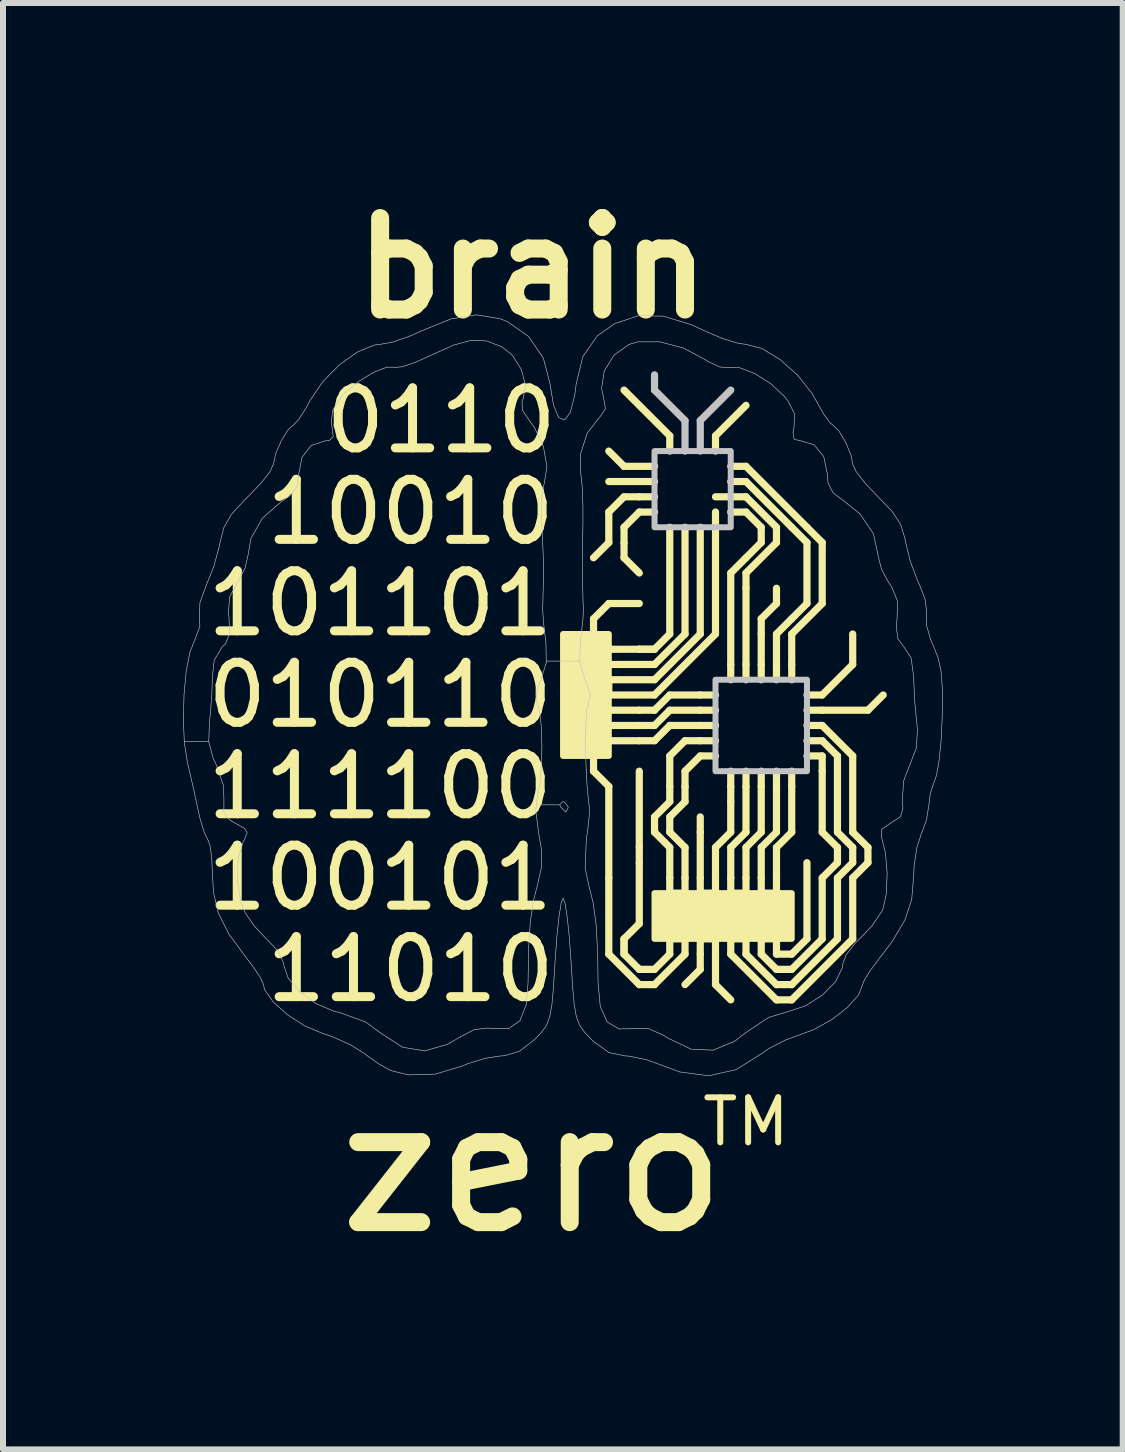
<source format=kicad_pcb>
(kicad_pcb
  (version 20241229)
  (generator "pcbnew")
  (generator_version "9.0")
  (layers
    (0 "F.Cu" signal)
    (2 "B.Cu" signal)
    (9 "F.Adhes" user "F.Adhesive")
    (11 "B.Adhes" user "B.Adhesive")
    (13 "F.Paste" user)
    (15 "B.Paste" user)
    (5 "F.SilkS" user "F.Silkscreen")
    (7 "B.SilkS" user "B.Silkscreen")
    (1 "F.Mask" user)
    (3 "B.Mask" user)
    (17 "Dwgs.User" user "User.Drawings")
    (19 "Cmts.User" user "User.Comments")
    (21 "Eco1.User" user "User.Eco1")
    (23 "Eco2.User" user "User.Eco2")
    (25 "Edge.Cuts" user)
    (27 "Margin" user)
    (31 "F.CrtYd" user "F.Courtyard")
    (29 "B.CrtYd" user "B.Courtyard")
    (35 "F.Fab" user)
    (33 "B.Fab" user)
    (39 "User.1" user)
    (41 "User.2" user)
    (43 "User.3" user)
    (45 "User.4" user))
  (footprint "brain"
    (layer "F.Cu")
    (at 6.332 8.53)
    (property "Reference" "brain" (at -0.508 -7.112 0) (layer "F.SilkS") (effects (font (size 1.524 1.524) (thickness 0.3))))
    (attr smd)
    (fp_line (start 0.508 -1.27) (end 0.762 -1.524) (stroke (width 0.12) (type solid)) (layer "F.SilkS"))
    (fp_line (start 0.508 -1.016) (end 0.508 -1.27) (stroke (width 0.12) (type solid)) (layer "F.SilkS"))
    (fp_line (start 0.508 1.016) (end 0.508 1.27) (stroke (width 0.12) (type solid)) (layer "F.SilkS"))
    (fp_line (start 0.508 1.27) (end 0.762 1.524) (stroke (width 0.12) (type solid)) (layer "F.SilkS"))
    (fp_line (start 0.762 -3.048) (end 0.762 -2.54) (stroke (width 0.12) (type solid)) (layer "F.SilkS"))
    (fp_line (start 0.762 -2.54) (end 0.508 -2.286) (stroke (width 0.12) (type solid)) (layer "F.SilkS"))
    (fp_line (start 0.762 -1.524) (end 1.27 -1.524) (stroke (width 0.12) (type solid)) (layer "F.SilkS"))
    (fp_line (start 0.762 -0.762) (end 1.27 -0.762) (stroke (width 0.12) (type solid)) (layer "F.SilkS"))
    (fp_line (start 0.762 -0.508) (end 1.27 -0.508) (stroke (width 0.12) (type solid)) (layer "F.SilkS"))
    (fp_line (start 0.762 -0.254) (end 0.762 0) (stroke (width 0.12) (type solid)) (layer "F.SilkS"))
    (fp_line (start 0.762 0) (end 1.524 0) (stroke (width 0.12) (type solid)) (layer "F.SilkS"))
    (fp_line (start 0.762 0.254) (end 1.27 0.254) (stroke (width 0.12) (type solid)) (layer "F.SilkS"))
    (fp_line (start 0.762 0.508) (end 1.27 0.508) (stroke (width 0.12) (type solid)) (layer "F.SilkS"))
    (fp_line (start 0.762 0.762) (end 1.27 0.762) (stroke (width 0.12) (type solid)) (layer "F.SilkS"))
    (fp_line (start 0.762 1.524) (end 0.762 3.048) (stroke (width 0.12) (type solid)) (layer "F.SilkS"))
    (fp_line (start 0.762 3.048) (end 0.762 4.318) (stroke (width 0.12) (type solid)) (layer "F.SilkS"))
    (fp_line (start 0.762 4.318) (end 1.27 4.826) (stroke (width 0.12) (type solid)) (layer "F.SilkS"))
    (fp_line (start 1.016 -3.81) (end 0.762 -4.064) (stroke (width 0.12) (type solid)) (layer "F.SilkS"))
    (fp_line (start 1.016 -3.302) (end 0.762 -3.048) (stroke (width 0.12) (type solid)) (layer "F.SilkS"))
    (fp_line (start 1.016 -2.794) (end 1.016 -2.54) (stroke (width 0.12) (type solid)) (layer "F.SilkS"))
    (fp_line (start 1.016 -2.54) (end 1.016 -2.286) (stroke (width 0.12) (type solid)) (layer "F.SilkS"))
    (fp_line (start 1.016 -2.286) (end 1.27 -2.032) (stroke (width 0.12) (type solid)) (layer "F.SilkS"))
    (fp_line (start 1.016 4.064) (end 1.016 4.318) (stroke (width 0.12) (type solid)) (layer "F.SilkS"))
    (fp_line (start 1.016 4.064) (end 1.27 3.81) (stroke (width 0.12) (type solid)) (layer "F.SilkS"))
    (fp_line (start 1.016 4.318) (end 1.016 4.064) (stroke (width 0.12) (type solid)) (layer "F.SilkS"))
    (fp_line (start 1.27 -3.302) (end 1.016 -3.302) (stroke (width 0.12) (type solid)) (layer "F.SilkS"))
    (fp_line (start 1.27 -3.048) (end 1.016 -2.794) (stroke (width 0.12) (type solid)) (layer "F.SilkS"))
    (fp_line (start 1.27 -0.762) (end 1.524 -0.762) (stroke (width 0.12) (type solid)) (layer "F.SilkS"))
    (fp_line (start 1.27 -0.508) (end 1.524 -0.508) (stroke (width 0.12) (type solid)) (layer "F.SilkS"))
    (fp_line (start 1.27 0.254) (end 1.524 0.254) (stroke (width 0.12) (type solid)) (layer "F.SilkS"))
    (fp_line (start 1.27 0.508) (end 1.524 0.508) (stroke (width 0.12) (type solid)) (layer "F.SilkS"))
    (fp_line (start 1.27 0.762) (end 1.524 0.762) (stroke (width 0.12) (type solid)) (layer "F.SilkS"))
    (fp_line (start 1.27 2.54) (end 1.27 1.27) (stroke (width 0.12) (type solid)) (layer "F.SilkS"))
    (fp_line (start 1.27 2.794) (end 1.27 2.54) (stroke (width 0.12) (type solid)) (layer "F.SilkS"))
    (fp_line (start 1.27 3.81) (end 1.27 2.794) (stroke (width 0.12) (type solid)) (layer "F.SilkS"))
    (fp_line (start 1.27 4.572) (end 1.016 4.318) (stroke (width 0.12) (type solid)) (layer "F.SilkS"))
    (fp_line (start 1.27 4.826) (end 1.524 4.826) (stroke (width 0.12) (type solid)) (layer "F.SilkS"))
    (fp_line (start 1.524 -3.81) (end 1.016 -3.81) (stroke (width 0.12) (type solid)) (layer "F.SilkS"))
    (fp_line (start 1.524 -3.556) (end 0.762 -3.556) (stroke (width 0.12) (type solid)) (layer "F.SilkS"))
    (fp_line (start 1.524 -3.302) (end 1.27 -3.302) (stroke (width 0.12) (type solid)) (layer "F.SilkS"))
    (fp_line (start 1.524 -3.048) (end 1.27 -3.048) (stroke (width 0.12) (type solid)) (layer "F.SilkS"))
    (fp_line (start 1.524 -0.762) (end 1.27 -0.762) (stroke (width 0.12) (type solid)) (layer "F.SilkS"))
    (fp_line (start 1.524 -0.762) (end 1.778 -1.016) (stroke (width 0.12) (type solid)) (layer "F.SilkS"))
    (fp_line (start 1.524 -0.508) (end 2.032 -1.016) (stroke (width 0.12) (type solid)) (layer "F.SilkS"))
    (fp_line (start 1.524 -0.254) (end 0.762 -0.254) (stroke (width 0.12) (type solid)) (layer "F.SilkS"))
    (fp_line (start 1.524 0) (end 2.54 -1.016) (stroke (width 0.12) (type solid)) (layer "F.SilkS"))
    (fp_line (start 1.524 0.254) (end 1.778 0) (stroke (width 0.12) (type solid)) (layer "F.SilkS"))
    (fp_line (start 1.524 0.508) (end 1.778 0.254) (stroke (width 0.12) (type solid)) (layer "F.SilkS"))
    (fp_line (start 1.524 0.762) (end 1.778 0.508) (stroke (width 0.12) (type solid)) (layer "F.SilkS"))
    (fp_line (start 1.524 2.032) (end 1.524 2.286) (stroke (width 0.12) (type solid)) (layer "F.SilkS"))
    (fp_line (start 1.524 2.286) (end 1.778 2.54) (stroke (width 0.12) (type solid)) (layer "F.SilkS"))
    (fp_line (start 1.524 4.572) (end 1.27 4.572) (stroke (width 0.12) (type solid)) (layer "F.SilkS"))
    (fp_line (start 1.524 4.826) (end 2.032 4.318) (stroke (width 0.12) (type solid)) (layer "F.SilkS"))
    (fp_line (start 1.778 -4.318) (end 1.016 -5.08) (stroke (width 0.12) (type solid)) (layer "F.SilkS"))
    (fp_line (start 1.778 -4.064) (end 1.778 -4.318) (stroke (width 0.12) (type solid)) (layer "F.SilkS"))
    (fp_line (start 1.778 -2.794) (end 1.778 -1.016) (stroke (width 0.12) (type solid)) (layer "F.SilkS"))
    (fp_line (start 1.778 0) (end 2.286 0) (stroke (width 0.12) (type solid)) (layer "F.SilkS"))
    (fp_line (start 1.778 0.254) (end 2.286 0.254) (stroke (width 0.12) (type solid)) (layer "F.SilkS"))
    (fp_line (start 1.778 0.508) (end 2.286 0.508) (stroke (width 0.12) (type solid)) (layer "F.SilkS"))
    (fp_line (start 1.778 1.016) (end 1.778 1.524) (stroke (width 0.12) (type solid)) (layer "F.SilkS"))
    (fp_line (start 1.778 1.524) (end 1.778 1.778) (stroke (width 0.12) (type solid)) (layer "F.SilkS"))
    (fp_line (start 1.778 1.778) (end 1.524 2.032) (stroke (width 0.12) (type solid)) (layer "F.SilkS"))
    (fp_line (start 1.778 2.032) (end 1.778 2.286) (stroke (width 0.12) (type solid)) (layer "F.SilkS"))
    (fp_line (start 1.778 2.286) (end 2.032 2.54) (stroke (width 0.12) (type solid)) (layer "F.SilkS"))
    (fp_line (start 1.778 2.54) (end 1.778 3.048) (stroke (width 0.12) (type solid)) (layer "F.SilkS"))
    (fp_line (start 1.778 3.048) (end 1.778 3.302) (stroke (width 0.12) (type solid)) (layer "F.SilkS"))
    (fp_line (start 1.778 3.302) (end 2.032 3.302) (stroke (width 0.12) (type solid)) (layer "F.SilkS"))
    (fp_line (start 1.778 4.064) (end 2.032 4.064) (stroke (width 0.12) (type solid)) (layer "F.SilkS"))
    (fp_line (start 1.778 4.318) (end 1.524 4.572) (stroke (width 0.12) (type solid)) (layer "F.SilkS"))
    (fp_line (start 1.778 4.318) (end 1.778 4.064) (stroke (width 0.12) (type solid)) (layer "F.SilkS"))
    (fp_line (start 2.032 -1.016) (end 2.032 -2.794) (stroke (width 0.12) (type solid)) (layer "F.SilkS"))
    (fp_line (start 2.032 0.762) (end 1.778 1.016) (stroke (width 0.12) (type solid)) (layer "F.SilkS"))
    (fp_line (start 2.032 1.524) (end 2.032 1.27) (stroke (width 0.12) (type solid)) (layer "F.SilkS"))
    (fp_line (start 2.032 1.524) (end 2.032 1.778) (stroke (width 0.12) (type solid)) (layer "F.SilkS"))
    (fp_line (start 2.032 1.778) (end 1.778 2.032) (stroke (width 0.12) (type solid)) (layer "F.SilkS"))
    (fp_line (start 2.032 3.048) (end 2.032 2.54) (stroke (width 0.12) (type solid)) (layer "F.SilkS"))
    (fp_line (start 2.032 3.302) (end 2.032 3.048) (stroke (width 0.12) (type solid)) (layer "F.SilkS"))
    (fp_line (start 2.032 4.064) (end 2.032 4.318) (stroke (width 0.12) (type solid)) (layer "F.SilkS"))
    (fp_line (start 2.286 -2.794) (end 2.286 -1.016) (stroke (width 0.12) (type solid)) (layer "F.SilkS"))
    (fp_line (start 2.286 -1.016) (end 1.524 -0.254) (stroke (width 0.12) (type solid)) (layer "F.SilkS"))
    (fp_line (start 2.286 0.254) (end 2.54 0.254) (stroke (width 0.12) (type solid)) (layer "F.SilkS"))
    (fp_line (start 2.286 0.508) (end 2.54 0.508) (stroke (width 0.12) (type solid)) (layer "F.SilkS"))
    (fp_line (start 2.286 0.762) (end 2.032 0.762) (stroke (width 0.12) (type solid)) (layer "F.SilkS"))
    (fp_line (start 2.286 0.762) (end 2.54 0.762) (stroke (width 0.12) (type solid)) (layer "F.SilkS"))
    (fp_line (start 2.286 1.016) (end 2.032 1.27) (stroke (width 0.12) (type solid)) (layer "F.SilkS"))
    (fp_line (start 2.286 1.016) (end 2.54 1.016) (stroke (width 0.12) (type solid)) (layer "F.SilkS"))
    (fp_line (start 2.286 2.032) (end 2.286 2.286) (stroke (width 0.12) (type solid)) (layer "F.SilkS"))
    (fp_line (start 2.286 3.048) (end 2.286 2.286) (stroke (width 0.12) (type solid)) (layer "F.SilkS"))
    (fp_line (start 2.286 3.048) (end 2.286 3.302) (stroke (width 0.12) (type solid)) (layer "F.SilkS"))
    (fp_line (start 2.286 3.302) (end 2.54 3.302) (stroke (width 0.12) (type solid)) (layer "F.SilkS"))
    (fp_line (start 2.286 4.064) (end 2.54 4.064) (stroke (width 0.12) (type solid)) (layer "F.SilkS"))
    (fp_line (start 2.286 4.318) (end 2.286 4.064) (stroke (width 0.12) (type solid)) (layer "F.SilkS"))
    (fp_line (start 2.286 4.318) (end 2.286 4.572) (stroke (width 0.12) (type solid)) (layer "F.SilkS"))
    (fp_line (start 2.286 4.572) (end 2.032 4.826) (stroke (width 0.12) (type solid)) (layer "F.SilkS"))
    (fp_line (start 2.54 -4.318) (end 3.048 -4.826) (stroke (width 0.12) (type solid)) (layer "F.SilkS"))
    (fp_line (start 2.54 -4.064) (end 2.54 -4.318) (stroke (width 0.12) (type solid)) (layer "F.SilkS"))
    (fp_line (start 2.54 -1.016) (end 2.54 -3.048) (stroke (width 0.12) (type solid)) (layer "F.SilkS"))
    (fp_line (start 2.54 0) (end 2.286 0) (stroke (width 0.12) (type solid)) (layer "F.SilkS"))
    (fp_line (start 2.54 2.54) (end 2.794 2.286) (stroke (width 0.12) (type solid)) (layer "F.SilkS"))
    (fp_line (start 2.54 3.048) (end 2.54 2.54) (stroke (width 0.12) (type solid)) (layer "F.SilkS"))
    (fp_line (start 2.54 3.302) (end 2.54 3.048) (stroke (width 0.12) (type solid)) (layer "F.SilkS"))
    (fp_line (start 2.54 4.064) (end 2.54 4.318) (stroke (width 0.12) (type solid)) (layer "F.SilkS"))
    (fp_line (start 2.54 4.318) (end 2.54 4.826) (stroke (width 0.12) (type solid)) (layer "F.SilkS"))
    (fp_line (start 2.54 4.826) (end 2.794 5.08) (stroke (width 0.12) (type solid)) (layer "F.SilkS"))
    (fp_line (start 2.794 -3.556) (end 3.048 -3.556) (stroke (width 0.12) (type solid)) (layer "F.SilkS"))
    (fp_line (start 2.794 -3.048) (end 3.048 -3.048) (stroke (width 0.12) (type solid)) (layer "F.SilkS"))
    (fp_line (start 2.794 -2.032) (end 2.794 -0.508) (stroke (width 0.12) (type solid)) (layer "F.SilkS"))
    (fp_line (start 2.794 -0.508) (end 2.794 -0.254) (stroke (width 0.12) (type solid)) (layer "F.SilkS"))
    (fp_line (start 2.794 1.27) (end 2.794 1.524) (stroke (width 0.12) (type solid)) (layer "F.SilkS"))
    (fp_line (start 2.794 1.524) (end 2.794 1.778) (stroke (width 0.12) (type solid)) (layer "F.SilkS"))
    (fp_line (start 2.794 2.286) (end 2.794 1.778) (stroke (width 0.12) (type solid)) (layer "F.SilkS"))
    (fp_line (start 2.794 2.54) (end 2.794 3.048) (stroke (width 0.12) (type solid)) (layer "F.SilkS"))
    (fp_line (start 2.794 3.048) (end 2.794 3.302) (stroke (width 0.12) (type solid)) (layer "F.SilkS"))
    (fp_line (start 2.794 3.302) (end 3.048 3.302) (stroke (width 0.12) (type solid)) (layer "F.SilkS"))
    (fp_line (start 2.794 4.064) (end 3.048 4.064) (stroke (width 0.12) (type solid)) (layer "F.SilkS"))
    (fp_line (start 2.794 4.318) (end 2.794 4.064) (stroke (width 0.12) (type solid)) (layer "F.SilkS"))
    (fp_line (start 2.794 4.318) (end 3.556 5.08) (stroke (width 0.12) (type solid)) (layer "F.SilkS"))
    (fp_line (start 3.048 -3.81) (end 2.794 -3.81) (stroke (width 0.12) (type solid)) (layer "F.SilkS"))
    (fp_line (start 3.048 -3.556) (end 3.81 -2.794) (stroke (width 0.12) (type solid)) (layer "F.SilkS"))
    (fp_line (start 3.048 -3.302) (end 2.54 -3.302) (stroke (width 0.12) (type solid)) (layer "F.SilkS"))
    (fp_line (start 3.048 -3.048) (end 3.302 -2.794) (stroke (width 0.12) (type solid)) (layer "F.SilkS"))
    (fp_line (start 3.048 -2.286) (end 2.794 -2.032) (stroke (width 0.12) (type solid)) (layer "F.SilkS"))
    (fp_line (start 3.048 -2.032) (end 3.556 -2.54) (stroke (width 0.12) (type solid)) (layer "F.SilkS"))
    (fp_line (start 3.048 -1.778) (end 3.048 -2.032) (stroke (width 0.12) (type solid)) (layer "F.SilkS"))
    (fp_line (start 3.048 -1.778) (end 3.048 -0.508) (stroke (width 0.12) (type solid)) (layer "F.SilkS"))
    (fp_line (start 3.048 -0.254) (end 3.048 -0.508) (stroke (width 0.12) (type solid)) (layer "F.SilkS"))
    (fp_line (start 3.048 1.27) (end 3.048 1.524) (stroke (width 0.12) (type solid)) (layer "F.SilkS"))
    (fp_line (start 3.048 1.524) (end 3.048 2.286) (stroke (width 0.12) (type solid)) (layer "F.SilkS"))
    (fp_line (start 3.048 2.286) (end 2.794 2.54) (stroke (width 0.12) (type solid)) (layer "F.SilkS"))
    (fp_line (start 3.048 2.54) (end 3.302 2.286) (stroke (width 0.12) (type solid)) (layer "F.SilkS"))
    (fp_line (start 3.048 3.048) (end 3.048 2.54) (stroke (width 0.12) (type solid)) (layer "F.SilkS"))
    (fp_line (start 3.048 3.302) (end 3.048 3.048) (stroke (width 0.12) (type solid)) (layer "F.SilkS"))
    (fp_line (start 3.048 4.064) (end 3.048 4.318) (stroke (width 0.12) (type solid)) (layer "F.SilkS"))
    (fp_line (start 3.048 4.318) (end 3.556 4.826) (stroke (width 0.12) (type solid)) (layer "F.SilkS"))
    (fp_line (start 3.302 -2.794) (end 3.302 -2.54) (stroke (width 0.12) (type solid)) (layer "F.SilkS"))
    (fp_line (start 3.302 -2.54) (end 3.048 -2.286) (stroke (width 0.12) (type solid)) (layer "F.SilkS"))
    (fp_line (start 3.302 -1.27) (end 3.556 -1.524) (stroke (width 0.12) (type solid)) (layer "F.SilkS"))
    (fp_line (start 3.302 -1.016) (end 3.302 -1.27) (stroke (width 0.12) (type solid)) (layer "F.SilkS"))
    (fp_line (start 3.302 -0.508) (end 3.302 -1.016) (stroke (width 0.12) (type solid)) (layer "F.SilkS"))
    (fp_line (start 3.302 -0.254) (end 3.302 -0.508) (stroke (width 0.12) (type solid)) (layer "F.SilkS"))
    (fp_line (start 3.302 1.27) (end 3.302 1.524) (stroke (width 0.12) (type solid)) (layer "F.SilkS"))
    (fp_line (start 3.302 2.286) (end 3.302 1.524) (stroke (width 0.12) (type solid)) (layer "F.SilkS"))
    (fp_line (start 3.302 2.54) (end 3.556 2.286) (stroke (width 0.12) (type solid)) (layer "F.SilkS"))
    (fp_line (start 3.302 3.048) (end 3.302 2.54) (stroke (width 0.12) (type solid)) (layer "F.SilkS"))
    (fp_line (start 3.302 3.048) (end 3.302 3.302) (stroke (width 0.12) (type solid)) (layer "F.SilkS"))
    (fp_line (start 3.302 3.302) (end 3.556 3.302) (stroke (width 0.12) (type solid)) (layer "F.SilkS"))
    (fp_line (start 3.302 4.064) (end 3.556 4.064) (stroke (width 0.12) (type solid)) (layer "F.SilkS"))
    (fp_line (start 3.302 4.318) (end 3.302 4.064) (stroke (width 0.12) (type solid)) (layer "F.SilkS"))
    (fp_line (start 3.302 4.318) (end 3.556 4.572) (stroke (width 0.12) (type solid)) (layer "F.SilkS"))
    (fp_line (start 3.556 -2.794) (end 3.048 -3.302) (stroke (width 0.12) (type solid)) (layer "F.SilkS"))
    (fp_line (start 3.556 -2.54) (end 3.556 -2.794) (stroke (width 0.12) (type solid)) (layer "F.SilkS"))
    (fp_line (start 3.556 -1.524) (end 3.556 -1.778) (stroke (width 0.12) (type solid)) (layer "F.SilkS"))
    (fp_line (start 3.556 -1.016) (end 3.556 -0.508) (stroke (width 0.12) (type solid)) (layer "F.SilkS"))
    (fp_line (start 3.556 -0.254) (end 3.556 -0.508) (stroke (width 0.12) (type solid)) (layer "F.SilkS"))
    (fp_line (start 3.556 1.27) (end 3.556 1.524) (stroke (width 0.12) (type solid)) (layer "F.SilkS"))
    (fp_line (start 3.556 2.286) (end 3.556 1.524) (stroke (width 0.12) (type solid)) (layer "F.SilkS"))
    (fp_line (start 3.556 2.54) (end 3.81 2.286) (stroke (width 0.12) (type solid)) (layer "F.SilkS"))
    (fp_line (start 3.556 3.048) (end 3.556 2.54) (stroke (width 0.12) (type solid)) (layer "F.SilkS"))
    (fp_line (start 3.556 3.302) (end 3.556 3.048) (stroke (width 0.12) (type solid)) (layer "F.SilkS"))
    (fp_line (start 3.556 4.064) (end 3.556 4.318) (stroke (width 0.12) (type solid)) (layer "F.SilkS"))
    (fp_line (start 3.556 4.318) (end 3.81 4.318) (stroke (width 0.12) (type solid)) (layer "F.SilkS"))
    (fp_line (start 3.556 4.572) (end 3.81 4.572) (stroke (width 0.12) (type solid)) (layer "F.SilkS"))
    (fp_line (start 3.556 4.826) (end 3.81 4.826) (stroke (width 0.12) (type solid)) (layer "F.SilkS"))
    (fp_line (start 3.556 5.08) (end 3.81 5.08) (stroke (width 0.12) (type solid)) (layer "F.SilkS"))
    (fp_line (start 3.81 -2.794) (end 4.064 -2.54) (stroke (width 0.12) (type solid)) (layer "F.SilkS"))
    (fp_line (start 3.81 -1.27) (end 3.556 -1.016) (stroke (width 0.12) (type solid)) (layer "F.SilkS"))
    (fp_line (start 3.81 -1.016) (end 4.318 -1.524) (stroke (width 0.12) (type solid)) (layer "F.SilkS"))
    (fp_line (start 3.81 -0.508) (end 3.81 -1.016) (stroke (width 0.12) (type solid)) (layer "F.SilkS"))
    (fp_line (start 3.81 -0.254) (end 3.81 -0.508) (stroke (width 0.12) (type solid)) (layer "F.SilkS"))
    (fp_line (start 3.81 1.27) (end 3.81 1.524) (stroke (width 0.12) (type solid)) (layer "F.SilkS"))
    (fp_line (start 3.81 2.286) (end 3.81 1.524) (stroke (width 0.12) (type solid)) (layer "F.SilkS"))
    (fp_line (start 3.81 4.318) (end 4.064 4.064) (stroke (width 0.12) (type solid)) (layer "F.SilkS"))
    (fp_line (start 3.81 4.572) (end 4.318 4.064) (stroke (width 0.12) (type solid)) (layer "F.SilkS"))
    (fp_line (start 3.81 4.826) (end 4.572 4.064) (stroke (width 0.12) (type solid)) (layer "F.SilkS"))
    (fp_line (start 3.81 5.08) (end 4.826 4.064) (stroke (width 0.12) (type solid)) (layer "F.SilkS"))
    (fp_line (start 4.064 -2.794) (end 3.048 -3.81) (stroke (width 0.12) (type solid)) (layer "F.SilkS"))
    (fp_line (start 4.064 -2.54) (end 4.064 -1.524) (stroke (width 0.12) (type solid)) (layer "F.SilkS"))
    (fp_line (start 4.064 -1.524) (end 3.81 -1.27) (stroke (width 0.12) (type solid)) (layer "F.SilkS"))
    (fp_line (start 4.064 0) (end 4.318 0) (stroke (width 0.12) (type solid)) (layer "F.SilkS"))
    (fp_line (start 4.064 0.254) (end 4.318 0.254) (stroke (width 0.12) (type solid)) (layer "F.SilkS"))
    (fp_line (start 4.064 0.508) (end 4.318 0.508) (stroke (width 0.12) (type solid)) (layer "F.SilkS"))
    (fp_line (start 4.064 0.762) (end 4.318 0.762) (stroke (width 0.12) (type solid)) (layer "F.SilkS"))
    (fp_line (start 4.064 1.016) (end 4.318 1.016) (stroke (width 0.12) (type solid)) (layer "F.SilkS"))
    (fp_line (start 4.064 4.064) (end 4.064 2.794) (stroke (width 0.12) (type solid)) (layer "F.SilkS"))
    (fp_line (start 4.318 -2.54) (end 4.064 -2.794) (stroke (width 0.12) (type solid)) (layer "F.SilkS"))
    (fp_line (start 4.318 -1.524) (end 4.318 -2.54) (stroke (width 0.12) (type solid)) (layer "F.SilkS"))
    (fp_line (start 4.318 0) (end 4.826 -0.508) (stroke (width 0.12) (type solid)) (layer "F.SilkS"))
    (fp_line (start 4.318 0.254) (end 5.08 0.254) (stroke (width 0.12) (type solid)) (layer "F.SilkS"))
    (fp_line (start 4.318 1.27) (end 4.318 1.016) (stroke (width 0.12) (type solid)) (layer "F.SilkS"))
    (fp_line (start 4.318 2.286) (end 4.318 1.27) (stroke (width 0.12) (type solid)) (layer "F.SilkS"))
    (fp_line (start 4.318 3.048) (end 4.572 2.794) (stroke (width 0.12) (type solid)) (layer "F.SilkS"))
    (fp_line (start 4.318 4.064) (end 4.318 3.048) (stroke (width 0.12) (type solid)) (layer "F.SilkS"))
    (fp_line (start 4.572 1.016) (end 4.318 0.762) (stroke (width 0.12) (type solid)) (layer "F.SilkS"))
    (fp_line (start 4.572 2.286) (end 4.572 1.016) (stroke (width 0.12) (type solid)) (layer "F.SilkS"))
    (fp_line (start 4.572 2.54) (end 4.318 2.286) (stroke (width 0.12) (type solid)) (layer "F.SilkS"))
    (fp_line (start 4.572 2.794) (end 4.572 2.54) (stroke (width 0.12) (type solid)) (layer "F.SilkS"))
    (fp_line (start 4.572 3.048) (end 4.826 2.794) (stroke (width 0.12) (type solid)) (layer "F.SilkS"))
    (fp_line (start 4.572 4.064) (end 4.572 3.048) (stroke (width 0.12) (type solid)) (layer "F.SilkS"))
    (fp_line (start 4.826 -0.508) (end 4.826 -1.016) (stroke (width 0.12) (type solid)) (layer "F.SilkS"))
    (fp_line (start 4.826 1.016) (end 4.318 0.508) (stroke (width 0.12) (type solid)) (layer "F.SilkS"))
    (fp_line (start 4.826 2.286) (end 4.826 1.016) (stroke (width 0.12) (type solid)) (layer "F.SilkS"))
    (fp_line (start 4.826 2.54) (end 4.572 2.286) (stroke (width 0.12) (type solid)) (layer "F.SilkS"))
    (fp_line (start 4.826 2.794) (end 4.826 2.54) (stroke (width 0.12) (type solid)) (layer "F.SilkS"))
    (fp_line (start 4.826 3.048) (end 5.08 2.794) (stroke (width 0.12) (type solid)) (layer "F.SilkS"))
    (fp_line (start 4.826 4.064) (end 4.826 3.048) (stroke (width 0.12) (type solid)) (layer "F.SilkS"))
    (fp_line (start 5.08 0.254) (end 5.334 0) (stroke (width 0.12) (type solid)) (layer "F.SilkS"))
    (fp_line (start 5.08 2.54) (end 4.826 2.286) (stroke (width 0.12) (type solid)) (layer "F.SilkS"))
    (fp_line (start 5.08 2.794) (end 5.08 2.54) (stroke (width 0.12) (type solid)) (layer "F.SilkS"))
    (fp_poly (pts (xy 0.762 1.016) (xy 0 1.016) (xy 0 -1.016) (xy 0.762 -1.016)) (stroke (width 0.1) (type solid)) (fill yes) (layer "F.SilkS"))
    (fp_poly (pts (xy 3.81 4.064) (xy 1.524 4.064) (xy 1.524 3.302) (xy 3.81 3.302)) (stroke (width 0.1) (type solid)) (fill yes) (layer "F.SilkS"))
    (fp_line (start 1.524 -5.08) (end 1.524 -5.334) (stroke (width 0.12) (type solid)) (layer "Dwgs.User"))
    (fp_line (start 2.032 -4.572) (end 1.524 -5.08) (stroke (width 0.12) (type solid)) (layer "Dwgs.User"))
    (fp_line (start 2.032 -4.064) (end 2.032 -4.572) (stroke (width 0.12) (type solid)) (layer "Dwgs.User"))
    (fp_line (start 2.286 -4.572) (end 2.794 -5.08) (stroke (width 0.12) (type solid)) (layer "Dwgs.User"))
    (fp_line (start 2.286 -4.064) (end 2.286 -4.572) (stroke (width 0.12) (type solid)) (layer "Dwgs.User"))
    (fp_poly (pts (xy 2.794 -2.794) (xy 1.524 -2.794) (xy 1.524 -4.064) (xy 2.794 -4.064)) (stroke (width 0.1) (type solid)) (fill no) (layer "Dwgs.User"))
    (fp_poly (pts (xy 4.064 1.27) (xy 2.54 1.27) (xy 2.54 -0.254) (xy 4.064 -0.254)) (stroke (width 0.1) (type solid)) (fill no) (layer "Dwgs.User"))
    (fp_poly (pts (xy -1.046 -6.268) (xy -0.927 -6.221) (xy -0.574 -5.973) (xy -0.329 -5.613) (xy -0.219 -5.194) (xy -0.159 -4.827) (xy -0.072 -4.623) (xy 0.025 -4.582) (xy 0.119 -4.704) (xy 0.194 -4.991) (xy 0.219 -5.185) (xy 0.33 -5.639) (xy 0.569 -5.983) (xy 0.863 -6.189) (xy 1.255 -6.319) (xy 1.674 -6.312) (xy 2.147 -6.166) (xy 2.362 -6.066) (xy 2.65 -5.942) (xy 2.917 -5.86) (xy 3.048 -5.842) (xy 3.313 -5.773) (xy 3.613 -5.592) (xy 3.905 -5.332) (xy 4.145 -5.03) (xy 4.214 -4.909) (xy 4.34 -4.685) (xy 4.45 -4.534) (xy 4.491 -4.501) (xy 4.595 -4.401) (xy 4.709 -4.209) (xy 4.798 -3.994) (xy 4.826 -3.848) (xy 4.884 -3.721) (xy 5.036 -3.525) (xy 5.238 -3.314) (xy 5.485 -3.056) (xy 5.627 -2.837) (xy 5.698 -2.601) (xy 5.706 -2.553) (xy 5.785 -2.228) (xy 5.909 -1.9) (xy 5.933 -1.85) (xy 6.034 -1.591) (xy 6.058 -1.382) (xy 6.051 -1.348) (xy 6.054 -1.166) (xy 6.129 -0.913) (xy 6.168 -0.823) (xy 6.25 -0.618) (xy 6.298 -0.395) (xy 6.32 -0.108) (xy 6.319 0.293) (xy 6.317 0.381) (xy 6.299 0.763) (xy 6.265 1.096) (xy 6.223 1.336) (xy 6.196 1.413) (xy 6.119 1.642) (xy 6.095 1.836) (xy 6.054 2.088) (xy 5.968 2.317) (xy 5.895 2.543) (xy 5.849 2.85) (xy 5.842 3.02) (xy 5.809 3.405) (xy 5.695 3.753) (xy 5.478 4.116) (xy 5.281 4.375) (xy 5.121 4.588) (xy 5.017 4.756) (xy 4.995 4.816) (xy 4.924 4.998) (xy 4.736 5.208) (xy 4.473 5.412) (xy 4.177 5.576) (xy 4.012 5.637) (xy 3.703 5.751) (xy 3.425 5.894) (xy 3.313 5.973) (xy 2.882 6.243) (xy 2.426 6.345) (xy 1.943 6.281) (xy 1.681 6.183) (xy 1.392 6.078) (xy 1.108 6.019) (xy 1.029 6.013) (xy 0.767 5.959) (xy 0.514 5.779) (xy 0.469 5.736) (xy 0.354 5.614) (xy 0.274 5.501) (xy 0.221 5.359) (xy 0.185 5.153) (xy 0.158 4.849) (xy 0.132 4.423) (xy 0.103 4.027) (xy 0.069 3.701) (xy 0.034 3.476) (xy 0.002 3.387) (xy 0 3.387) (xy -0.031 3.466) (xy -0.066 3.682) (xy -0.101 4.002) (xy -0.13 4.395) (xy -0.132 4.423) (xy -0.159 4.858) (xy -0.186 5.16) (xy -0.222 5.363) (xy -0.276 5.504) (xy -0.356 5.617) (xy -0.469 5.736) (xy -0.727 5.938) (xy -0.983 6.012) (xy -1.029 6.013) (xy -1.284 6.051) (xy -1.584 6.142) (xy -1.681 6.183) (xy -2.131 6.318) (xy -2.577 6.33) (xy -2.868 6.259) (xy -3.071 6.148) (xy -3.295 5.988) (xy -3.311 5.974) (xy -3.536 5.832) (xy -3.838 5.696) (xy -4.012 5.637) (xy -4.308 5.512) (xy -4.595 5.326) (xy -4.829 5.115) (xy -4.972 4.913) (xy -4.995 4.816) (xy -5.045 4.705) (xy -5.173 4.515) (xy -5.281 4.375) (xy -5.568 3.984) (xy -5.742 3.641) (xy -5.825 3.291) (xy -5.842 2.984) (xy -5.855 2.703) (xy -5.887 2.49) (xy -5.92 2.409) (xy -5.981 2.284) (xy -6.05 2.055) (xy -6.084 1.905) (xy -6.156 1.567) (xy -6.235 1.225) (xy -6.259 1.125) (xy -6.309 0.806) (xy -6.311 0.779) (xy -5.904 0.779) (xy -5.828 1.06) (xy -5.778 1.165) (xy -5.659 1.507) (xy -5.651 1.751) (xy -5.652 1.958) (xy -5.556 2.082) (xy -5.491 2.121) (xy -5.317 2.216) (xy -5.263 2.288) (xy -5.302 2.396) (xy -5.334 2.456) (xy -5.414 2.732) (xy -5.426 3.084) (xy -5.372 3.431) (xy -5.302 3.621) (xy -5.144 3.851) (xy -4.936 4.072) (xy -4.914 4.091) (xy -4.747 4.275) (xy -4.66 4.457) (xy -4.657 4.49) (xy -4.582 4.715) (xy -4.387 4.946) (xy -4.114 5.144) (xy -3.808 5.273) (xy -3.723 5.291) (xy -3.288 5.45) (xy -3.027 5.641) (xy -2.672 5.87) (xy -2.305 5.93) (xy -1.924 5.821) (xy -1.747 5.717) (xy -1.481 5.575) (xy -1.247 5.549) (xy -1.183 5.559) (xy -0.907 5.559) (xy -0.718 5.426) (xy -0.612 5.154) (xy -0.583 4.787) (xy -0.574 4.22) (xy -0.546 3.781) (xy -0.494 3.429) (xy -0.421 3.146) (xy -0.357 2.858) (xy -0.36 2.574) (xy -0.404 2.316) (xy -0.456 1.923) (xy -0.444 1.83) (xy -0.056 1.83) (xy -0.042 1.863) (xy 0.034 1.943) (xy 0.047 1.947) (xy 0.084 1.882) (xy 0.085 1.863) (xy 0.02 1.781) (xy -0.005 1.778) (xy -0.056 1.83) (xy -0.444 1.83) (xy -0.423 1.65) (xy -0.422 1.646) (xy -0.382 1.453) (xy -0.359 1.166) (xy -0.353 0.836) (xy -0.364 0.516) (xy -0.391 0.26) (xy -0.434 0.119) (xy -0.434 0.119) (xy -0.45 -0.022) (xy -0.374 -0.242) (xy -0.371 -0.249) (xy -0.28 -0.537) (xy -0.28 -0.565) (xy 0.276 -0.565) (xy 0.358 -0.275) (xy 0.371 -0.249) (xy 0.455 -0.006) (xy 0.424 0.127) (xy 0.396 0.244) (xy 0.38 0.486) (xy 0.375 0.807) (xy 0.382 1.161) (xy 0.399 1.505) (xy 0.427 1.794) (xy 0.437 1.863) (xy 0.436 2.018) (xy 0.409 2.266) (xy 0.388 2.4) (xy 0.368 2.882) (xy 0.426 3.162) (xy 0.502 3.467) (xy 0.551 3.828) (xy 0.576 4.286) (xy 0.583 4.787) (xy 0.62 5.191) (xy 0.735 5.448) (xy 0.932 5.565) (xy 1.183 5.559) (xy 1.419 5.558) (xy 1.67 5.668) (xy 1.747 5.717) (xy 2.134 5.902) (xy 2.505 5.918) (xy 2.865 5.766) (xy 3.033 5.634) (xy 3.423 5.373) (xy 3.732 5.281) (xy 4.037 5.181) (xy 4.321 5.001) (xy 4.54 4.778) (xy 4.651 4.55) (xy 4.657 4.493) (xy 4.717 4.329) (xy 4.87 4.132) (xy 4.943 4.062) (xy 5.148 3.845) (xy 5.305 3.616) (xy 5.332 3.561) (xy 5.387 3.307) (xy 5.4 2.971) (xy 5.372 2.633) (xy 5.307 2.372) (xy 5.303 2.365) (xy 5.31 2.238) (xy 5.467 2.129) (xy 5.622 2.029) (xy 5.664 1.883) (xy 5.651 1.756) (xy 5.677 1.423) (xy 5.778 1.165) (xy 5.888 0.878) (xy 5.905 0.574) (xy 5.892 0.445) (xy 5.86 0.111) (xy 5.844 -0.223) (xy 5.843 -0.302) (xy 5.799 -0.619) (xy 5.684 -0.794) (xy 5.576 -0.941) (xy 5.553 -1.147) (xy 5.566 -1.281) (xy 5.571 -1.567) (xy 5.476 -1.799) (xy 5.431 -1.865) (xy 5.306 -2.094) (xy 5.25 -2.318) (xy 5.249 -2.329) (xy 5.17 -2.688) (xy 4.949 -3.015) (xy 4.701 -3.216) (xy 4.5 -3.368) (xy 4.415 -3.531) (xy 4.403 -3.684) (xy 4.343 -3.975) (xy 4.182 -4.169) (xy 3.967 -4.233) (xy 3.851 -4.26) (xy 3.831 -4.371) (xy 3.85 -4.476) (xy 3.855 -4.691) (xy 3.747 -4.9) (xy 3.688 -4.974) (xy 3.46 -5.188) (xy 3.194 -5.356) (xy 2.942 -5.453) (xy 2.762 -5.453) (xy 2.61 -5.465) (xy 2.411 -5.56) (xy 2.386 -5.577) (xy 2.01 -5.779) (xy 1.612 -5.885) (xy 1.246 -5.884) (xy 1.101 -5.842) (xy 0.847 -5.661) (xy 0.685 -5.396) (xy 0.642 -5.103) (xy 0.673 -4.964) (xy 0.707 -4.772) (xy 0.625 -4.648) (xy 0.401 -4.362) (xy 0.288 -4.004) (xy 0.291 -3.735) (xy 0.318 -3.483) (xy 0.331 -3.145) (xy 0.331 -2.879) (xy 0.323 -2.381) (xy 0.324 -1.921) (xy 0.333 -1.554) (xy 0.339 -1.46) (xy 0.333 -1.289) (xy 0.307 -1.032) (xy 0.291 -0.918) (xy 0.276 -0.565) (xy -0.28 -0.565) (xy -0.286 -0.882) (xy -0.291 -0.918) (xy -0.324 -1.188) (xy -0.339 -1.405) (xy -0.339 -1.46) (xy -0.322 -2.118) (xy -0.352 -2.818) (xy -0.353 -2.836) (xy -0.362 -3.143) (xy -0.343 -3.405) (xy -0.313 -3.528) (xy -0.269 -3.809) (xy -0.328 -4.142) (xy -0.477 -4.458) (xy -0.546 -4.551) (xy -0.677 -4.746) (xy -0.684 -4.893) (xy -0.664 -4.938) (xy -0.625 -5.16) (xy -0.695 -5.423) (xy -0.847 -5.663) (xy -1.019 -5.801) (xy -1.272 -5.899) (xy -1.525 -5.911) (xy -1.822 -5.831) (xy -2.186 -5.667) (xy -2.459 -5.544) (xy -2.676 -5.469) (xy -2.791 -5.459) (xy -2.792 -5.46) (xy -2.936 -5.463) (xy -3.156 -5.377) (xy -3.401 -5.228) (xy -3.623 -5.045) (xy -3.688 -4.974) (xy -3.835 -4.752) (xy -3.862 -4.547) (xy -3.85 -4.476) (xy -3.83 -4.303) (xy -3.895 -4.239) (xy -3.967 -4.233) (xy -4.197 -4.158) (xy -4.352 -3.955) (xy -4.403 -3.684) (xy -4.432 -3.475) (xy -4.548 -3.323) (xy -4.701 -3.216) (xy -5.011 -2.945) (xy -5.201 -2.607) (xy -5.249 -2.329) (xy -5.3 -2.11) (xy -5.421 -1.877) (xy -5.431 -1.865) (xy -5.556 -1.632) (xy -5.576 -1.369) (xy -5.566 -1.281) (xy -5.556 -1.025) (xy -5.622 -0.859) (xy -5.684 -0.794) (xy -5.813 -0.578) (xy -5.843 -0.302) (xy -5.853 0.008) (xy -5.881 0.355) (xy -5.892 0.445) (xy -5.904 0.779) (xy -6.311 0.779) (xy -6.327 0.413) (xy -6.316 -0.004) (xy -6.279 -0.396) (xy -6.218 -0.712) (xy -6.149 -0.885) (xy -6.052 -1.14) (xy -6.059 -1.302) (xy -6.051 -1.537) (xy -5.945 -1.829) (xy -5.944 -1.832) (xy -5.821 -2.137) (xy -5.728 -2.475) (xy -5.716 -2.54) (xy -5.652 -2.79) (xy -5.527 -3.008) (xy -5.307 -3.25) (xy -5.24 -3.314) (xy -5.029 -3.534) (xy -4.88 -3.727) (xy -4.826 -3.848) (xy -4.786 -4.029) (xy -4.691 -4.245) (xy -4.576 -4.427) (xy -4.491 -4.501) (xy -4.406 -4.588) (xy -4.285 -4.777) (xy -4.214 -4.909) (xy -4.007 -5.218) (xy -3.73 -5.498) (xy -3.427 -5.715) (xy -3.143 -5.831) (xy -3.048 -5.842) (xy -2.839 -5.88) (xy -2.557 -5.977) (xy -2.368 -6.063) (xy -1.869 -6.266) (xy -1.438 -6.334) (xy -1.046 -6.268)) (stroke (width 0.01) (type solid)) (fill no) (layer "Dwgs.User"))
    (fp_text user "11010" (at -2.54 4.572 0) (layer "F.SilkS") (effects (font (size 1 1) (thickness 0.15))))
    (fp_text user "TM" (at 3.048 7.112 0) (layer "F.SilkS") (effects (font (size 0.75 0.75) (thickness 0.1))))
    (fp_text user "010110" (at -3.048 0 0) (layer "F.SilkS") (effects (font (size 1 1) (thickness 0.15))))
    (fp_text user "111100" (at -3.048 1.524 0) (layer "F.SilkS") (effects (font (size 1 1) (thickness 0.15))))
    (fp_text user "zero" (at -0.508 7.874 0) (layer "F.SilkS") (effects (font (size 2 2) (thickness 0.3))))
    (fp_text user "100101" (at -3.048 3.048 0) (layer "F.SilkS") (effects (font (size 1 1) (thickness 0.15))))
    (fp_text user "0110" (at -2.032 -4.572 0) (layer "F.SilkS") (effects (font (size 1 1) (thickness 0.15))))
    (fp_text user "101101" (at -3.048 -1.524 0) (layer "F.SilkS") (effects (font (size 1 1) (thickness 0.15))))
    (fp_text user "10010" (at -2.54 -3.048 0) (layer "F.SilkS") (effects (font (size 1 1) (thickness 0.15)))))
  (gr_rect
    (start -3 -3)
    (end 15.657 21.101)
    (stroke (width 0.1) (type default))
    (fill no)
    (layer "Edge.Cuts")))
</source>
